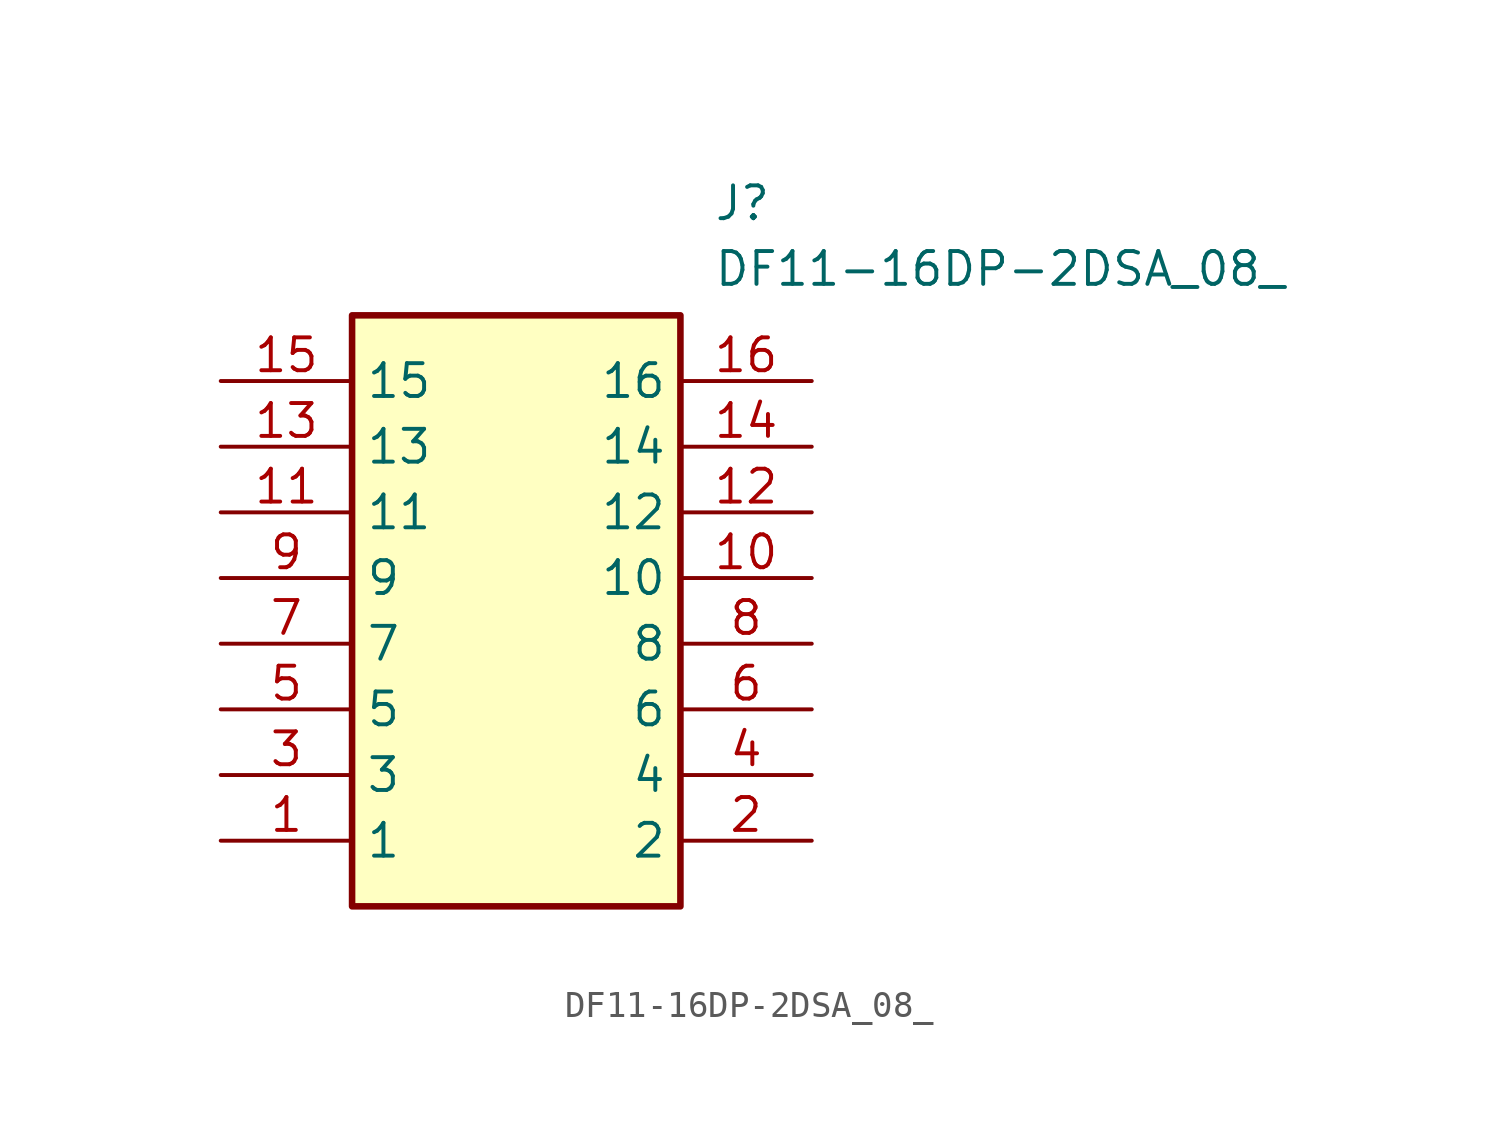
<source format=kicad_sym>
(kicad_symbol_lib
  (version 20211014)
  (generator SamacSys_ECAD_Model)
  (symbol "DF11-16DP-2DSA_08_"
    (property "Reference" "J"
      (at 19.05 7.62 0)
      (effects (font (size 1.27 1.27)) (justify left top)))
    (property "Value" "DF11-16DP-2DSA_08_"
      (at 19.05 5.08 0)
      (effects (font (size 1.27 1.27)) (justify left top)))
    (rectangle
      (start 5.08 2.54)
      (end 17.78 -20.32)
      (stroke (width 0.254) (type default))
      (fill (type background)))
    (pin passive line
      (at 0 -17.78 0)
      (length 5.08)
      (name "1" (effects (font (size 1.27 1.27))))
      (number "1" (effects (font (size 1.27 1.27)))))
    (pin passive line
      (at 22.86 -17.78 180)
      (length 5.08)
      (name "2" (effects (font (size 1.27 1.27))))
      (number "2" (effects (font (size 1.27 1.27)))))
    (pin passive line
      (at 0 -15.24 0)
      (length 5.08)
      (name "3" (effects (font (size 1.27 1.27))))
      (number "3" (effects (font (size 1.27 1.27)))))
    (pin passive line
      (at 22.86 -15.24 180)
      (length 5.08)
      (name "4" (effects (font (size 1.27 1.27))))
      (number "4" (effects (font (size 1.27 1.27)))))
    (pin passive line
      (at 0 -12.7 0)
      (length 5.08)
      (name "5" (effects (font (size 1.27 1.27))))
      (number "5" (effects (font (size 1.27 1.27)))))
    (pin passive line
      (at 22.86 -12.7 180)
      (length 5.08)
      (name "6" (effects (font (size 1.27 1.27))))
      (number "6" (effects (font (size 1.27 1.27)))))
    (pin passive line
      (at 0 -10.16 0)
      (length 5.08)
      (name "7" (effects (font (size 1.27 1.27))))
      (number "7" (effects (font (size 1.27 1.27)))))
    (pin passive line
      (at 22.86 -10.16 180)
      (length 5.08)
      (name "8" (effects (font (size 1.27 1.27))))
      (number "8" (effects (font (size 1.27 1.27)))))
    (pin passive line
      (at 0 -7.62 0)
      (length 5.08)
      (name "9" (effects (font (size 1.27 1.27))))
      (number "9" (effects (font (size 1.27 1.27)))))
    (pin passive line
      (at 22.86 -7.62 180)
      (length 5.08)
      (name "10" (effects (font (size 1.27 1.27))))
      (number "10" (effects (font (size 1.27 1.27)))))
    (pin passive line
      (at 0 -5.08 0)
      (length 5.08)
      (name "11" (effects (font (size 1.27 1.27))))
      (number "11" (effects (font (size 1.27 1.27)))))
    (pin passive line
      (at 22.86 -5.08 180)
      (length 5.08)
      (name "12" (effects (font (size 1.27 1.27))))
      (number "12" (effects (font (size 1.27 1.27)))))
    (pin passive line
      (at 0 -2.54 0)
      (length 5.08)
      (name "13" (effects (font (size 1.27 1.27))))
      (number "13" (effects (font (size 1.27 1.27)))))
    (pin passive line
      (at 22.86 -2.54 180)
      (length 5.08)
      (name "14" (effects (font (size 1.27 1.27))))
      (number "14" (effects (font (size 1.27 1.27)))))
    (pin passive line
      (at 0 0 0)
      (length 5.08)
      (name "15" (effects (font (size 1.27 1.27))))
      (number "15" (effects (font (size 1.27 1.27)))))
    (pin passive line
      (at 22.86 0 180)
      (length 5.08)
      (name "16" (effects (font (size 1.27 1.27))))
      (number "16" (effects (font (size 1.27 1.27)))))))
</source>
